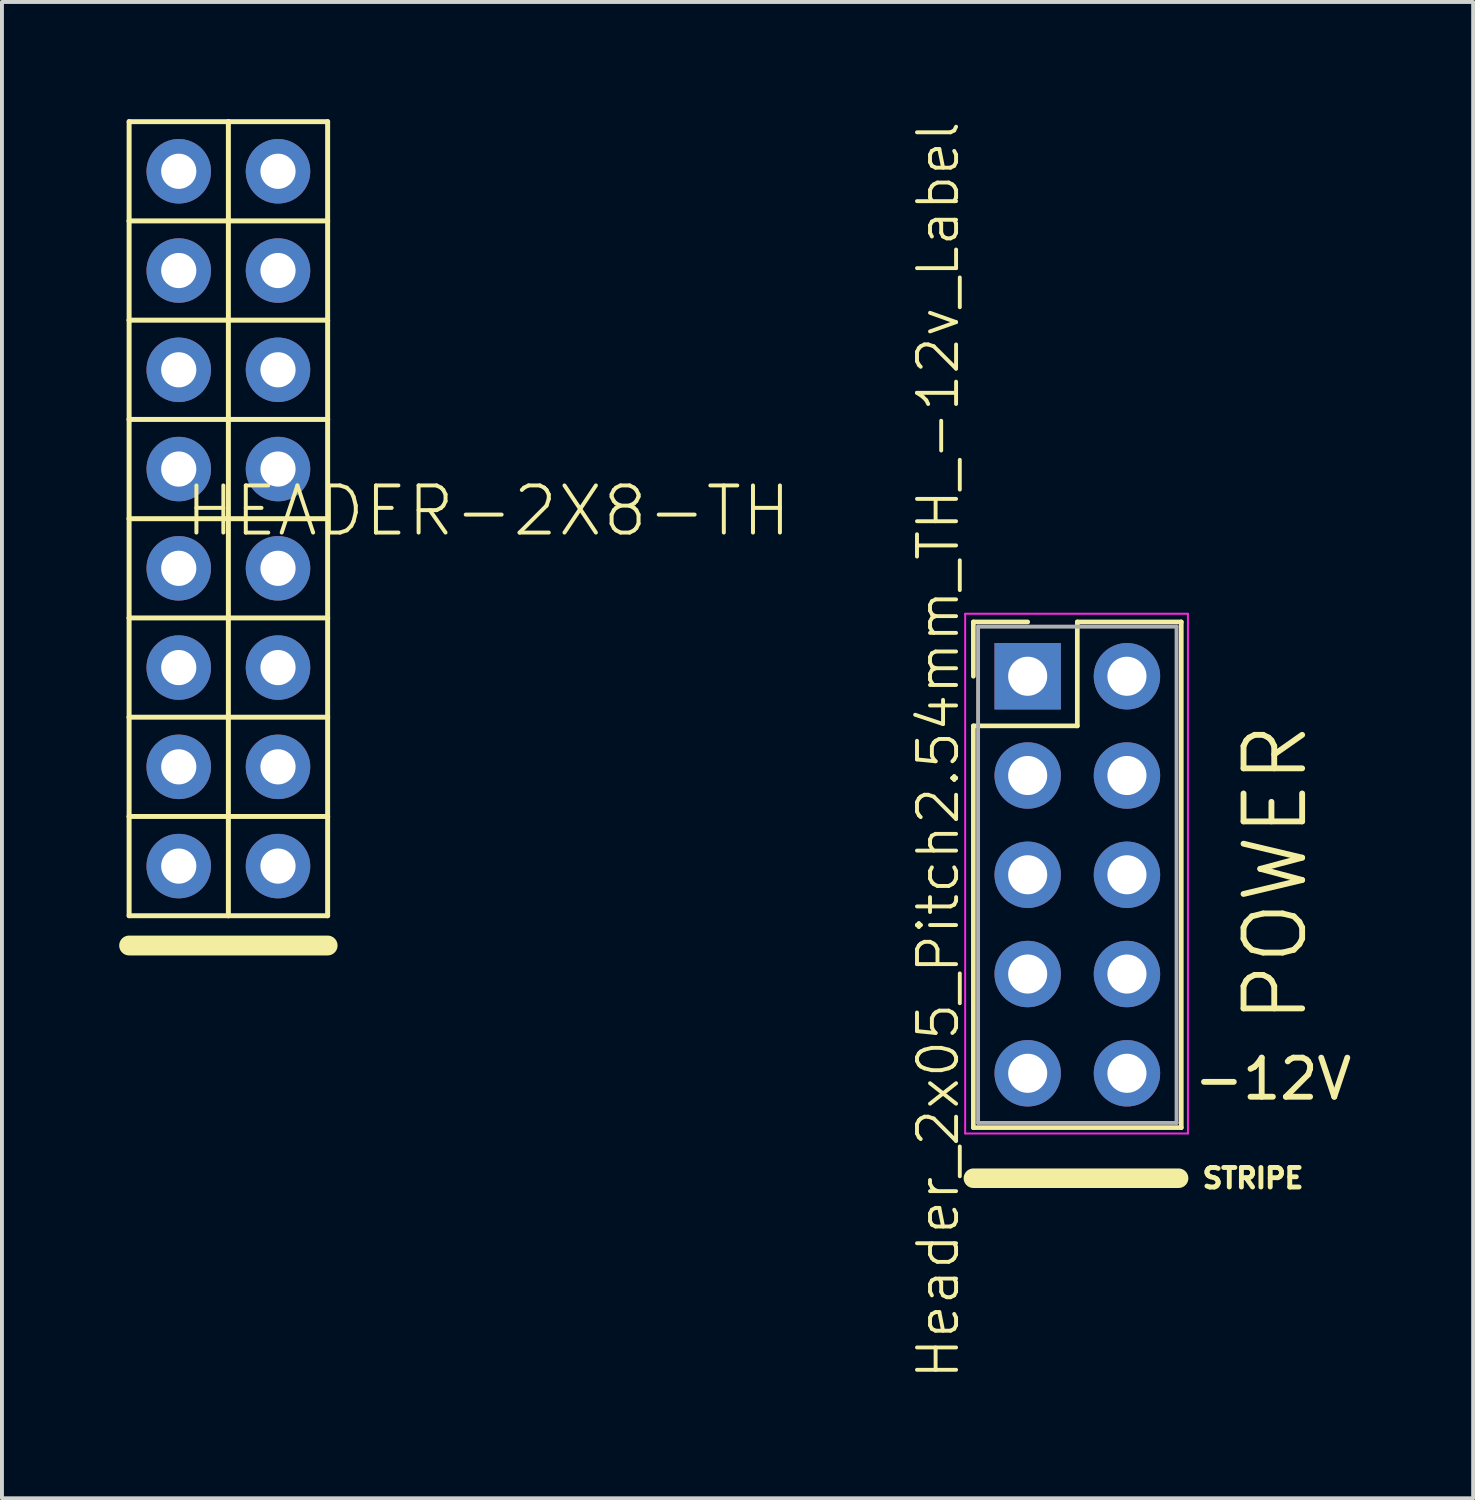
<source format=kicad_pcb>
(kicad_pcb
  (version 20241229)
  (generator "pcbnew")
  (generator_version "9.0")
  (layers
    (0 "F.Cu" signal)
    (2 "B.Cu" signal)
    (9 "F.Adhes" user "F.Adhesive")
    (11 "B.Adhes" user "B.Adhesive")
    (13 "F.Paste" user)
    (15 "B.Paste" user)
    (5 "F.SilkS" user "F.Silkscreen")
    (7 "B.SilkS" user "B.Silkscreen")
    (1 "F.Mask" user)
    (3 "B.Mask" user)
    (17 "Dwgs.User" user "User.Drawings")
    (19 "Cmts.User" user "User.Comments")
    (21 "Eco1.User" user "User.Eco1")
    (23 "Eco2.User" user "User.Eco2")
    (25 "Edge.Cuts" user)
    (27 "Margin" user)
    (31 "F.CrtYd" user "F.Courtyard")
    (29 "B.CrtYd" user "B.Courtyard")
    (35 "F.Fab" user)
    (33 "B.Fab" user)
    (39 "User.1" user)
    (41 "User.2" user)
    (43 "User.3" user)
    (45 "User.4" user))
  (footprint "HEADER-2X8-TH"
    (layer "F.Cu")
    (at 2.794 10.223)
    (property "Reference" "HEADER-2X8-TH" (at -1.172 0.508 0) (layer "F.SilkS") (effects (font (size 1.206 1.206) (thickness 0.102)) (justify left bottom)))
    (attr through_hole)
    (fp_line (start -2.54 -10.16) (end -2.54 -7.62) (stroke (width 0.127) (type solid)) (layer "F.SilkS"))
    (fp_line (start -2.54 -7.62) (end -2.54 -5.08) (stroke (width 0.127) (type solid)) (layer "F.SilkS"))
    (fp_line (start -2.54 -7.62) (end 0 -7.62) (stroke (width 0.127) (type solid)) (layer "F.SilkS"))
    (fp_line (start -2.54 -5.08) (end -2.54 -2.54) (stroke (width 0.127) (type solid)) (layer "F.SilkS"))
    (fp_line (start -2.54 -2.54) (end -2.54 0) (stroke (width 0.127) (type solid)) (layer "F.SilkS"))
    (fp_line (start -2.54 -2.54) (end 0 -2.54) (stroke (width 0.127) (type solid)) (layer "F.SilkS"))
    (fp_line (start -2.54 0) (end -2.54 2.54) (stroke (width 0.127) (type solid)) (layer "F.SilkS"))
    (fp_line (start -2.54 2.54) (end -2.54 5.08) (stroke (width 0.127) (type solid)) (layer "F.SilkS"))
    (fp_line (start -2.54 2.54) (end 0 2.54) (stroke (width 0.127) (type solid)) (layer "F.SilkS"))
    (fp_line (start -2.54 5.08) (end -2.54 7.62) (stroke (width 0.127) (type solid)) (layer "F.SilkS"))
    (fp_line (start -2.54 7.62) (end -2.54 10.16) (stroke (width 0.127) (type solid)) (layer "F.SilkS"))
    (fp_line (start -2.54 7.62) (end 0 7.62) (stroke (width 0.127) (type solid)) (layer "F.SilkS"))
    (fp_line (start -2.54 10.922) (end 2.54 10.922) (stroke (width 0.508) (type solid)) (layer "F.SilkS"))
    (fp_line (start 0 -10.16) (end -2.54 -10.16) (stroke (width 0.127) (type solid)) (layer "F.SilkS"))
    (fp_line (start 0 -7.62) (end 0 -10.16) (stroke (width 0.127) (type solid)) (layer "F.SilkS"))
    (fp_line (start 0 -7.62) (end 2.54 -7.62) (stroke (width 0.127) (type solid)) (layer "F.SilkS"))
    (fp_line (start 0 -5.08) (end -2.54 -5.08) (stroke (width 0.127) (type solid)) (layer "F.SilkS"))
    (fp_line (start 0 -5.08) (end 0 -7.62) (stroke (width 0.127) (type solid)) (layer "F.SilkS"))
    (fp_line (start 0 -2.54) (end 0 -5.08) (stroke (width 0.127) (type solid)) (layer "F.SilkS"))
    (fp_line (start 0 -2.54) (end 2.54 -2.54) (stroke (width 0.127) (type solid)) (layer "F.SilkS"))
    (fp_line (start 0 0) (end -2.54 0) (stroke (width 0.127) (type solid)) (layer "F.SilkS"))
    (fp_line (start 0 0) (end 0 -2.54) (stroke (width 0.127) (type solid)) (layer "F.SilkS"))
    (fp_line (start 0 2.54) (end 0 0) (stroke (width 0.127) (type solid)) (layer "F.SilkS"))
    (fp_line (start 0 2.54) (end 2.54 2.54) (stroke (width 0.127) (type solid)) (layer "F.SilkS"))
    (fp_line (start 0 5.08) (end -2.54 5.08) (stroke (width 0.127) (type solid)) (layer "F.SilkS"))
    (fp_line (start 0 5.08) (end 0 2.54) (stroke (width 0.127) (type solid)) (layer "F.SilkS"))
    (fp_line (start 0 7.62) (end 0 5.08) (stroke (width 0.127) (type solid)) (layer "F.SilkS"))
    (fp_line (start 0 7.62) (end 2.54 7.62) (stroke (width 0.127) (type solid)) (layer "F.SilkS"))
    (fp_line (start 0 10.16) (end -2.54 10.16) (stroke (width 0.127) (type solid)) (layer "F.SilkS"))
    (fp_line (start 0 10.16) (end 0 7.62) (stroke (width 0.127) (type solid)) (layer "F.SilkS"))
    (fp_line (start 2.54 -10.16) (end 0 -10.16) (stroke (width 0.127) (type solid)) (layer "F.SilkS"))
    (fp_line (start 2.54 -7.62) (end 2.54 -10.16) (stroke (width 0.127) (type solid)) (layer "F.SilkS"))
    (fp_line (start 2.54 -5.08) (end 0 -5.08) (stroke (width 0.127) (type solid)) (layer "F.SilkS"))
    (fp_line (start 2.54 -5.08) (end 2.54 -7.62) (stroke (width 0.127) (type solid)) (layer "F.SilkS"))
    (fp_line (start 2.54 -2.54) (end 2.54 -5.08) (stroke (width 0.127) (type solid)) (layer "F.SilkS"))
    (fp_line (start 2.54 0) (end 0 0) (stroke (width 0.127) (type solid)) (layer "F.SilkS"))
    (fp_line (start 2.54 0) (end 2.54 -2.54) (stroke (width 0.127) (type solid)) (layer "F.SilkS"))
    (fp_line (start 2.54 2.54) (end 2.54 0) (stroke (width 0.127) (type solid)) (layer "F.SilkS"))
    (fp_line (start 2.54 5.08) (end 0 5.08) (stroke (width 0.127) (type solid)) (layer "F.SilkS"))
    (fp_line (start 2.54 5.08) (end 2.54 2.54) (stroke (width 0.127) (type solid)) (layer "F.SilkS"))
    (fp_line (start 2.54 7.62) (end 2.54 5.08) (stroke (width 0.127) (type solid)) (layer "F.SilkS"))
    (fp_line (start 2.54 10.16) (end 0 10.16) (stroke (width 0.127) (type solid)) (layer "F.SilkS"))
    (fp_line (start 2.54 10.16) (end 2.54 7.62) (stroke (width 0.127) (type solid)) (layer "F.SilkS"))
    (pad "1" thru_hole circle (at -1.27 -8.89) (size 1.651 1.651) (drill 0.9) (layers "*.Cu" "*.Mask"))
    (pad "2" thru_hole circle (at 1.27 -8.89) (size 1.651 1.651) (drill 0.9) (layers "*.Cu" "*.Mask"))
    (pad "3" thru_hole circle (at -1.27 -6.35) (size 1.651 1.651) (drill 0.9) (layers "*.Cu" "*.Mask"))
    (pad "4" thru_hole circle (at 1.27 -6.35) (size 1.651 1.651) (drill 0.9) (layers "*.Cu" "*.Mask"))
    (pad "5" thru_hole circle (at -1.27 -3.81) (size 1.651 1.651) (drill 0.9) (layers "*.Cu" "*.Mask"))
    (pad "6" thru_hole circle (at 1.27 -3.81) (size 1.651 1.651) (drill 0.9) (layers "*.Cu" "*.Mask"))
    (pad "7" thru_hole circle (at -1.27 -1.27) (size 1.651 1.651) (drill 0.9) (layers "*.Cu" "*.Mask"))
    (pad "8" thru_hole circle (at 1.27 -1.27) (size 1.651 1.651) (drill 0.9) (layers "*.Cu" "*.Mask"))
    (pad "9" thru_hole circle (at -1.27 1.27) (size 1.651 1.651) (drill 0.9) (layers "*.Cu" "*.Mask"))
    (pad "10" thru_hole circle (at 1.27 1.27) (size 1.651 1.651) (drill 0.9) (layers "*.Cu" "*.Mask"))
    (pad "11" thru_hole circle (at -1.27 3.81) (size 1.651 1.651) (drill 0.9) (layers "*.Cu" "*.Mask"))
    (pad "12" thru_hole circle (at 1.27 3.81) (size 1.651 1.651) (drill 0.9) (layers "*.Cu" "*.Mask"))
    (pad "13" thru_hole circle (at -1.27 6.35) (size 1.651 1.651) (drill 0.9) (layers "*.Cu" "*.Mask"))
    (pad "14" thru_hole circle (at 1.27 6.35) (size 1.651 1.651) (drill 0.9) (layers "*.Cu" "*.Mask"))
    (pad "15" thru_hole circle (at -1.27 8.89) (size 1.651 1.651) (drill 0.9) (layers "*.Cu" "*.Mask"))
    (pad "16" thru_hole circle (at 1.27 8.89) (size 1.651 1.651) (drill 0.9) (layers "*.Cu" "*.Mask")))
  (footprint "Header_2x05_Pitch2.54mm_TH_-12v_Label"
    (layer "F.Cu")
    (at 27.998 25.005)
    (property "Reference" "Header_2x05_Pitch2.54mm_TH_-12v_Label" (at -7.04 -8.86 270) (layer "F.SilkS") (effects (font (size 1 1) (thickness 0.1))))
    (attr through_hole)
    (fp_line (start -6.14 -12.14) (end -4.75 -12.14) (stroke (width 0.12) (type solid)) (layer "F.SilkS"))
    (fp_line (start -6.14 -10.75) (end -6.14 -12.14) (stroke (width 0.12) (type solid)) (layer "F.SilkS"))
    (fp_line (start -6.14 -9.48) (end -6.14 0.8) (stroke (width 0.12) (type solid)) (layer "F.SilkS"))
    (fp_line (start -6.14 0.8) (end -0.82 0.8) (stroke (width 0.12) (type solid)) (layer "F.SilkS"))
    (fp_line (start -6.139 2.095) (end -0.889 2.095) (stroke (width 0.5) (type solid)) (layer "F.SilkS"))
    (fp_line (start -3.48 -12.14) (end -3.48 -9.48) (stroke (width 0.12) (type solid)) (layer "F.SilkS"))
    (fp_line (start -3.48 -9.48) (end -6.14 -9.48) (stroke (width 0.12) (type solid)) (layer "F.SilkS"))
    (fp_line (start -0.82 -12.14) (end -3.48 -12.14) (stroke (width 0.12) (type solid)) (layer "F.SilkS"))
    (fp_line (start -0.82 0.8) (end -0.82 -12.14) (stroke (width 0.12) (type solid)) (layer "F.SilkS"))
    (fp_line (start -6.35 -12.35) (end -6.35 0.95) (stroke (width 0.05) (type solid)) (layer "F.CrtYd"))
    (fp_line (start -6.35 0.95) (end -0.65 0.95) (stroke (width 0.05) (type solid)) (layer "F.CrtYd"))
    (fp_line (start -0.65 -12.35) (end -6.35 -12.35) (stroke (width 0.05) (type solid)) (layer "F.CrtYd"))
    (fp_line (start -0.65 0.95) (end -0.65 -12.35) (stroke (width 0.05) (type solid)) (layer "F.CrtYd"))
    (fp_line (start -6.02 -12.02) (end -6.02 0.68) (stroke (width 0.1) (type solid)) (layer "F.Fab"))
    (fp_line (start -6.02 0.68) (end -0.94 0.68) (stroke (width 0.1) (type solid)) (layer "F.Fab"))
    (fp_line (start -0.94 -12.02) (end -6.02 -12.02) (stroke (width 0.1) (type solid)) (layer "F.Fab"))
    (fp_line (start -0.94 0.68) (end -0.94 -12.02) (stroke (width 0.1) (type solid)) (layer "F.Fab"))
    (fp_text user "-12V" (at 1.524 -0.445 0) (layer "F.SilkS") (effects (font (size 1 1) (thickness 0.15))))
    (fp_text user "STRIPE" (at 1.016 2.095 0) (layer "F.SilkS") (effects (font (size 0.5 0.5) (thickness 0.125))))
    (fp_text user "POWER" (at 1.587 -5.715 90) (layer "F.SilkS") (effects (font (size 1.5 1.5) (thickness 0.15))))
    (pad "1" thru_hole rect (at -4.75 -10.75) (size 1.7 1.7) (drill 1) (layers "*.Cu" "*.Mask"))
    (pad "2" thru_hole oval (at -2.21 -10.75) (size 1.7 1.7) (drill 1) (layers "*.Cu" "*.Mask"))
    (pad "3" thru_hole oval (at -4.75 -8.21) (size 1.7 1.7) (drill 1) (layers "*.Cu" "*.Mask"))
    (pad "4" thru_hole oval (at -2.21 -8.21) (size 1.7 1.7) (drill 1) (layers "*.Cu" "*.Mask"))
    (pad "5" thru_hole oval (at -4.75 -5.67) (size 1.7 1.7) (drill 1) (layers "*.Cu" "*.Mask"))
    (pad "6" thru_hole oval (at -2.21 -5.67) (size 1.7 1.7) (drill 1) (layers "*.Cu" "*.Mask"))
    (pad "7" thru_hole oval (at -4.75 -3.13) (size 1.7 1.7) (drill 1) (layers "*.Cu" "*.Mask"))
    (pad "8" thru_hole oval (at -2.21 -3.13) (size 1.7 1.7) (drill 1) (layers "*.Cu" "*.Mask"))
    (pad "9" thru_hole oval (at -4.75 -0.59) (size 1.7 1.7) (drill 1) (layers "*.Cu" "*.Mask"))
    (pad "10" thru_hole oval (at -2.21 -0.59) (size 1.7 1.7) (drill 1) (layers "*.Cu" "*.Mask")))
  (gr_rect
    (start -3 -3)
    (end 34.647 35.29)
    (stroke (width 0.1) (type default))
    (fill no)
    (layer "Edge.Cuts")))
</source>
